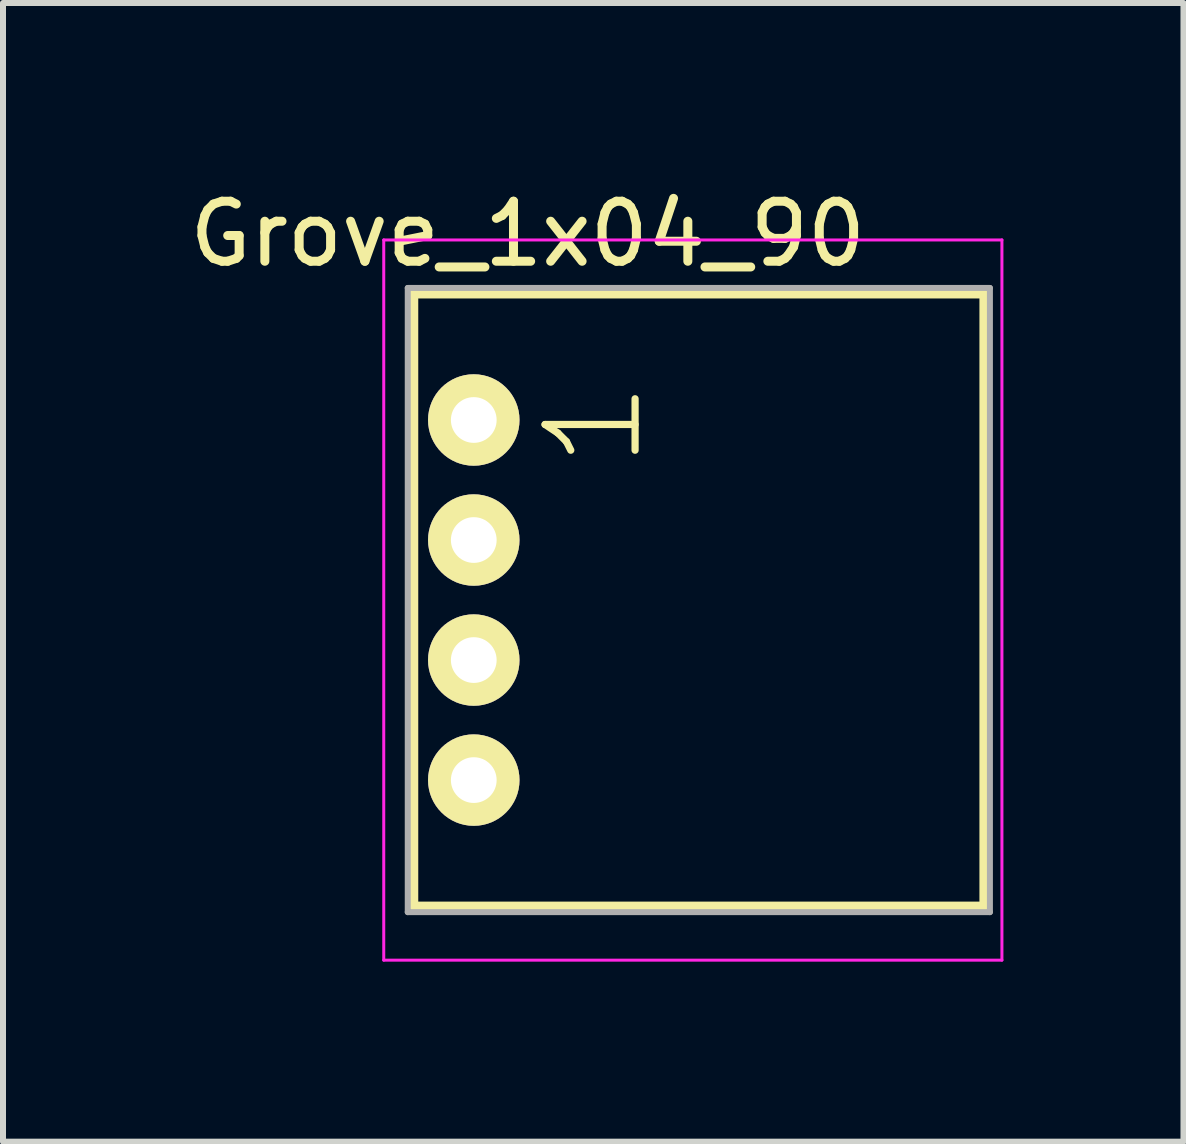
<source format=kicad_pcb>
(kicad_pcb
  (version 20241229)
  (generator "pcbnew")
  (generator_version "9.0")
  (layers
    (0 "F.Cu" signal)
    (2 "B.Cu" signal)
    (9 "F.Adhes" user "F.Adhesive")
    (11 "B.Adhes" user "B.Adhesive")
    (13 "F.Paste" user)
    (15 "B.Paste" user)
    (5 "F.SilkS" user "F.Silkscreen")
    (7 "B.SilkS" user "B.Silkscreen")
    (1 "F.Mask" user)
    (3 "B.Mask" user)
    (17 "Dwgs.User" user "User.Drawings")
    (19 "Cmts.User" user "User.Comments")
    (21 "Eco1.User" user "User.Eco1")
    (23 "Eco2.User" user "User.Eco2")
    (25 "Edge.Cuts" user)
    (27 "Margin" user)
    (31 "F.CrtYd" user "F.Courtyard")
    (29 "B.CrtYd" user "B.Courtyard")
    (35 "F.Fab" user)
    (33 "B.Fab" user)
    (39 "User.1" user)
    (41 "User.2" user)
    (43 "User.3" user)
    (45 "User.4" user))
  (footprint "Grove_1x04_90"
    (layer "F.Cu")
    (at 4.844 3.948)
    (property "Reference" "Grove_1x04_90" (at 0.9 -3.1 0) (layer "F.SilkS") (effects (font (size 1 1) (thickness 0.15))))
    (attr through_hole)
    (fp_line (start -1 -2.1) (end 8.5 -2.1) (stroke (width 0.15) (type solid)) (layer "F.SilkS"))
    (fp_line (start -1 8.1) (end -1 -2.1) (stroke (width 0.15) (type solid)) (layer "F.SilkS"))
    (fp_line (start 8.5 -2.1) (end 8.5 8.1) (stroke (width 0.15) (type solid)) (layer "F.SilkS"))
    (fp_line (start 8.5 8.1) (end -1 8.1) (stroke (width 0.15) (type solid)) (layer "F.SilkS"))
    (fp_line (start -1.5 -3) (end -1.5 9) (stroke (width 0.05) (type solid)) (layer "F.CrtYd"))
    (fp_line (start -1.5 -3) (end 8.8 -3) (stroke (width 0.05) (type solid)) (layer "F.CrtYd"))
    (fp_line (start -1.5 9) (end 8.8 9) (stroke (width 0.05) (type solid)) (layer "F.CrtYd"))
    (fp_line (start 8.8 9) (end 8.8 -3) (stroke (width 0.05) (type solid)) (layer "F.CrtYd"))
    (fp_line (start -1.1 -2.2) (end 8.6 -2.2) (stroke (width 0.1) (type solid)) (layer "F.Fab"))
    (fp_line (start -1.1 8.2) (end -1.1 -2.2) (stroke (width 0.1) (type solid)) (layer "F.Fab"))
    (fp_line (start -1.1 8.2) (end 8.6 8.2) (stroke (width 0.1) (type solid)) (layer "F.Fab"))
    (fp_line (start 8.6 -2.2) (end 8.6 8.2) (stroke (width 0.1) (type solid)) (layer "F.Fab"))
    (fp_text user "1" (at 2 0.075 90) (layer "F.SilkS") (effects (font (size 1.5 1.5) (thickness 0.12))))
    (pad "1" thru_hole circle (at 0 0) (size 1.524 1.524) (drill 0.762) (layers "*.Cu" "*.Mask" "F.SilkS"))
    (pad "2" thru_hole circle (at 0 2) (size 1.524 1.524) (drill 0.762) (layers "*.Cu" "*.Mask" "F.SilkS"))
    (pad "3" thru_hole circle (at 0 4) (size 1.524 1.524) (drill 0.762) (layers "*.Cu" "*.Mask" "F.SilkS"))
    (pad "4" thru_hole circle (at 0 6) (size 1.524 1.524) (drill 0.762) (layers "*.Cu" "*.Mask" "F.SilkS")))
  (gr_rect
    (start -3 -3)
    (end 16.669 15.973)
    (stroke (width 0.1) (type default))
    (fill no)
    (layer "Edge.Cuts")))
</source>
